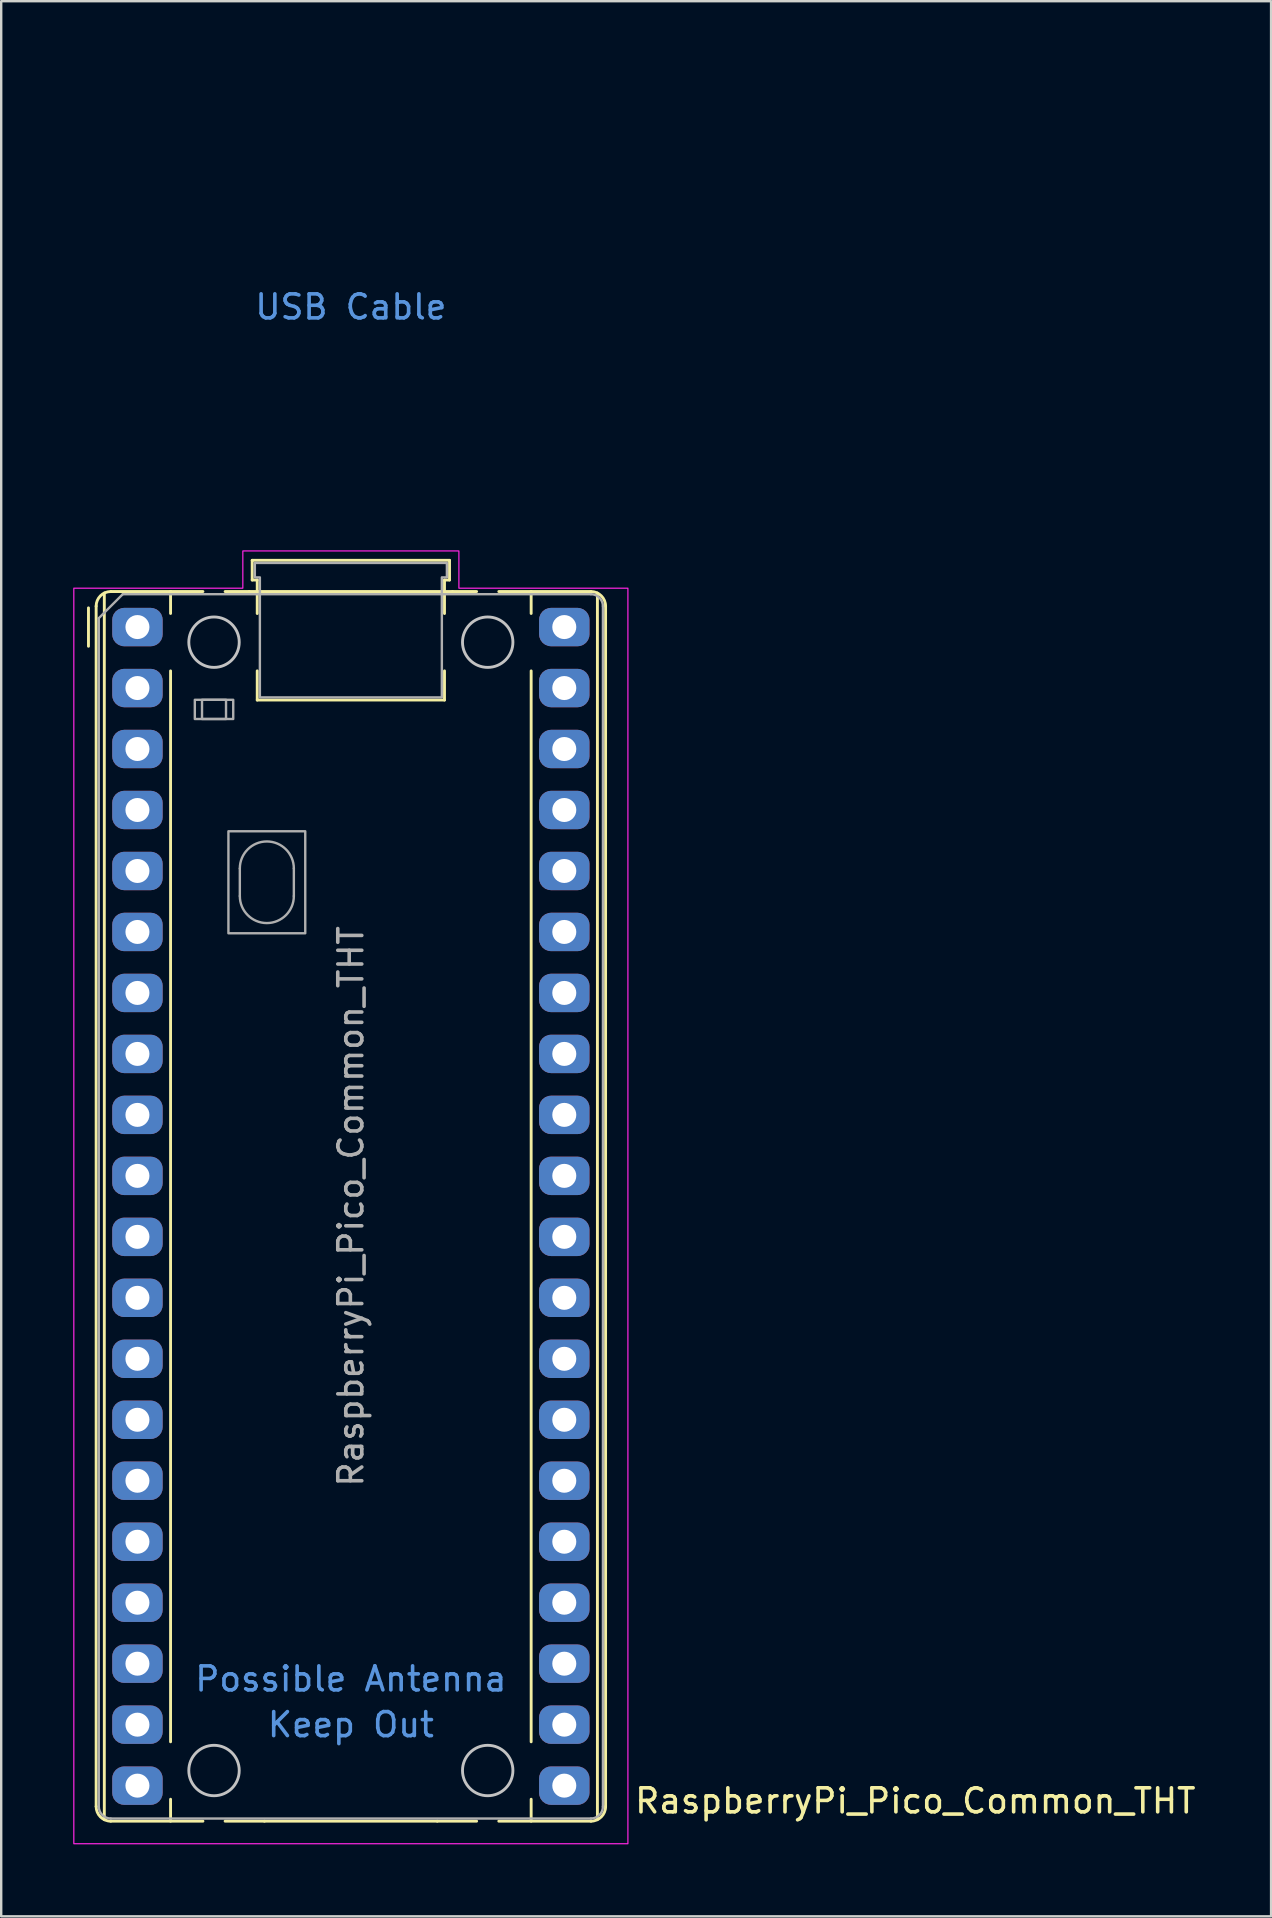
<source format=kicad_pcb>
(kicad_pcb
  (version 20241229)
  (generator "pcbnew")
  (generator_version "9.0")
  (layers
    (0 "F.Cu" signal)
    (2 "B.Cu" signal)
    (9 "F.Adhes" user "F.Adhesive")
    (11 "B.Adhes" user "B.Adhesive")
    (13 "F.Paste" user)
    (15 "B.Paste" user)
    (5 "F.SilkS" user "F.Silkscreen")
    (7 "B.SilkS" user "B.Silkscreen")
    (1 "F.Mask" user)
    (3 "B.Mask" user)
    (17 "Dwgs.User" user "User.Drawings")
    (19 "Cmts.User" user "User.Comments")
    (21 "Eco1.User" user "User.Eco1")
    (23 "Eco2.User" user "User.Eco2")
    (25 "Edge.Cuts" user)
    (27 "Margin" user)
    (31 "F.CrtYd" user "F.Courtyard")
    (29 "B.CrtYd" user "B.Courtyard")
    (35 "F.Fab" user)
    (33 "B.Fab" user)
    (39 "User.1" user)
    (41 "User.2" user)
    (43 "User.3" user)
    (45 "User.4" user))
  (footprint "RaspberryPi_Pico_Common_THT"
    (layer "F.Cu")
    (at 2.675 23.07)
    (property "Reference" "RaspberryPi_Pico_Common_THT" (at 20.637 48.895 0) (unlocked yes) (layer "F.SilkS") (effects (font (size 1 1) (thickness 0.15)) (justify left)))
    (attr through_hole)
    (fp_line (start -2.04 0.8) (end -2.04 -0.8) (stroke (width 0.12) (type solid)) (layer "F.SilkS"))
    (fp_line (start -1.72 -0.87) (end -1.72 49.13) (stroke (width 0.12) (type solid)) (layer "F.SilkS"))
    (fp_line (start -1.38 -1.417) (end -1.38 49.677) (stroke (width 0.12) (type solid)) (layer "F.SilkS"))
    (fp_line (start -1.11 -1.48) (end 1.38 -1.48) (stroke (width 0.12) (type solid)) (layer "F.SilkS"))
    (fp_line (start -1.11 49.74) (end 2.728 49.74) (stroke (width 0.12) (type solid)) (layer "F.SilkS"))
    (fp_line (start 1.38 -1.48) (end 1.38 -0.566) (stroke (width 0.12) (type solid)) (layer "F.SilkS"))
    (fp_line (start 1.38 -1.48) (end 2.728 -1.48) (stroke (width 0.12) (type solid)) (layer "F.SilkS"))
    (fp_line (start 1.38 1.826) (end 1.38 46.434) (stroke (width 0.12) (type solid)) (layer "F.SilkS"))
    (fp_line (start 1.38 48.826) (end 1.38 49.74) (stroke (width 0.12) (type solid)) (layer "F.SilkS"))
    (fp_line (start 3.652 -1.48) (end 4.655 -1.48) (stroke (width 0.12) (type solid)) (layer "F.SilkS"))
    (fp_line (start 4.655 -1.48) (end 13.125 -1.48) (stroke (width 0.12) (type solid)) (layer "F.SilkS"))
    (fp_line (start 4.78 -2.78) (end 4.78 -1.96) (stroke (width 0.12) (type solid)) (layer "F.SilkS"))
    (fp_line (start 4.78 -2.78) (end 13 -2.78) (stroke (width 0.12) (type solid)) (layer "F.SilkS"))
    (fp_line (start 4.78 -1.96) (end 4.99 -1.96) (stroke (width 0.12) (type solid)) (layer "F.SilkS"))
    (fp_line (start 4.99 -1.96) (end 4.99 -0.564) (stroke (width 0.12) (type solid)) (layer "F.SilkS"))
    (fp_line (start 4.99 1.824) (end 4.99 3.04) (stroke (width 0.12) (type solid)) (layer "F.SilkS"))
    (fp_line (start 5.29 49.74) (end 3.652 49.74) (stroke (width 0.12) (type solid)) (layer "F.SilkS"))
    (fp_line (start 12.49 49.74) (end 5.29 49.74) (stroke (width 0.12) (type solid)) (layer "F.SilkS"))
    (fp_line (start 12.79 -1.96) (end 12.79 -0.564) (stroke (width 0.12) (type solid)) (layer "F.SilkS"))
    (fp_line (start 12.79 1.824) (end 12.79 3.04) (stroke (width 0.12) (type solid)) (layer "F.SilkS"))
    (fp_line (start 12.79 3.04) (end 4.99 3.04) (stroke (width 0.12) (type solid)) (layer "F.SilkS"))
    (fp_line (start 13 -2.78) (end 13 -1.96) (stroke (width 0.12) (type solid)) (layer "F.SilkS"))
    (fp_line (start 13 -1.96) (end 12.79 -1.96) (stroke (width 0.12) (type solid)) (layer "F.SilkS"))
    (fp_line (start 13.125 -1.48) (end 14.128 -1.48) (stroke (width 0.12) (type solid)) (layer "F.SilkS"))
    (fp_line (start 14.128 49.74) (end 12.49 49.74) (stroke (width 0.12) (type solid)) (layer "F.SilkS"))
    (fp_line (start 15.052 -1.48) (end 16.4 -1.48) (stroke (width 0.12) (type solid)) (layer "F.SilkS"))
    (fp_line (start 15.052 49.74) (end 18.89 49.74) (stroke (width 0.12) (type solid)) (layer "F.SilkS"))
    (fp_line (start 16.4 -1.48) (end 16.4 -0.566) (stroke (width 0.12) (type solid)) (layer "F.SilkS"))
    (fp_line (start 16.4 1.826) (end 16.4 46.434) (stroke (width 0.12) (type solid)) (layer "F.SilkS"))
    (fp_line (start 16.4 48.826) (end 16.4 49.74) (stroke (width 0.12) (type solid)) (layer "F.SilkS"))
    (fp_line (start 18.89 -1.48) (end 16.4 -1.48) (stroke (width 0.12) (type solid)) (layer "F.SilkS"))
    (fp_line (start 19.16 49.677) (end 19.16 -1.417) (stroke (width 0.12) (type solid)) (layer "F.SilkS"))
    (fp_line (start 19.5 -0.87) (end 19.5 49.13) (stroke (width 0.12) (type solid)) (layer "F.SilkS"))
    (fp_arc (start -1.72 -0.87) (mid -1.541335 -1.301335) (end -1.11 -1.48) (stroke (width 0.12) (type solid)) (layer "F.SilkS"))
    (fp_arc (start -1.11 49.74) (mid -1.541364 49.561364) (end -1.72 49.13) (stroke (width 0.12) (type solid)) (layer "F.SilkS"))
    (fp_arc (start 18.89 -1.48) (mid 19.321335 -1.301335) (end 19.5 -0.87) (stroke (width 0.12) (type solid)) (layer "F.SilkS"))
    (fp_arc (start 19.5 49.13) (mid 19.321335 49.561335) (end 18.89 49.74) (stroke (width 0.12) (type solid)) (layer "F.SilkS"))
    (fp_circle (center 3.19 0.63) (end 4.24 0.63) (stroke (width 0.12) (type solid)) (fill no) (layer "Dwgs.User"))
    (fp_circle (center 3.19 47.63) (end 4.24 47.63) (stroke (width 0.12) (type solid)) (fill no) (layer "Dwgs.User"))
    (fp_circle (center 14.59 0.63) (end 15.64 0.63) (stroke (width 0.12) (type solid)) (fill no) (layer "Dwgs.User"))
    (fp_circle (center 14.59 47.63) (end 15.64 47.63) (stroke (width 0.12) (type solid)) (fill no) (layer "Dwgs.User"))
    (fp_poly (pts (xy 4.39 -3.17) (xy 13.39 -3.17) (xy 13.39 -1.62) (xy 20.43 -1.62) (xy 20.43 50.68) (xy -2.65 50.68) (xy -2.65 -1.62) (xy 4.39 -1.62)) (stroke (width 0.05) (type solid)) (fill no) (layer "F.CrtYd"))
    (fp_line (start -1.61 -0.37) (end -0.61 -1.37) (stroke (width 0.1) (type solid)) (layer "F.Fab"))
    (fp_line (start -1.61 49.13) (end -1.61 -0.37) (stroke (width 0.1) (type solid)) (layer "F.Fab"))
    (fp_line (start -0.61 -1.37) (end 18.89 -1.37) (stroke (width 0.1) (type solid)) (layer "F.Fab"))
    (fp_line (start 4.265 10.055) (end 4.265 11.205) (stroke (width 0.1) (type solid)) (layer "F.Fab"))
    (fp_line (start 6.515 10.055) (end 6.515 11.205) (stroke (width 0.1) (type solid)) (layer "F.Fab"))
    (fp_line (start 18.89 49.63) (end -1.11 49.63) (stroke (width 0.1) (type solid)) (layer "F.Fab"))
    (fp_line (start 19.39 -0.87) (end 19.39 49.13) (stroke (width 0.1) (type solid)) (layer "F.Fab"))
    (fp_rect (start 2.39 3.03) (end 3.99 3.83) (stroke (width 0.1) (type solid)) (fill no) (layer "F.Fab"))
    (fp_rect (start 2.69 3.03) (end 3.69 3.83) (stroke (width 0.1) (type solid)) (fill no) (layer "F.Fab"))
    (fp_rect (start 3.79 8.505) (end 6.99 12.755) (stroke (width 0.1) (type solid)) (fill no) (layer "F.Fab"))
    (fp_arc (start -1.11 49.63) (mid -1.463553 49.483553) (end -1.61 49.13) (stroke (width 0.1) (type solid)) (layer "F.Fab"))
    (fp_arc (start 4.265 10.055) (mid 5.39 8.93) (end 6.515 10.055) (stroke (width 0.1) (type solid)) (layer "F.Fab"))
    (fp_arc (start 6.515 11.205) (mid 5.39 12.33) (end 4.265 11.205) (stroke (width 0.1) (type solid)) (layer "F.Fab"))
    (fp_arc (start 18.89 -1.37) (mid 19.243553 -1.223553) (end 19.39 -0.87) (stroke (width 0.1) (type solid)) (layer "F.Fab"))
    (fp_arc (start 19.39 49.13) (mid 19.243553 49.483553) (end 18.89 49.63) (stroke (width 0.1) (type solid)) (layer "F.Fab"))
    (fp_poly (pts (xy 12.68 2.93) (xy 12.68 -2.07) (xy 12.89 -2.07) (xy 12.89 -2.67) (xy 4.89 -2.67) (xy 4.89 -2.07) (xy 5.1 -2.07) (xy 5.1 2.93)) (stroke (width 0.1) (type solid)) (fill no) (layer "F.Fab"))
    (fp_text user "Possible Antenna" (at 8.89 43.815 0) (unlocked yes) (layer "Cmts.User") (effects (font (size 1 1) (thickness 0.15))))
    (fp_text user "USB Cable" (at 8.89 -13.335 0) (unlocked yes) (layer "Cmts.User") (effects (font (size 1 1) (thickness 0.15))))
    (fp_text user "Keep Out" (at 8.89 45.72 0) (unlocked yes) (layer "Cmts.User") (effects (font (size 1 1) (thickness 0.15))))
    (fp_text user "${REFERENCE}" (at 8.89 24.13 90) (layer "F.Fab") (effects (font (size 1 1) (thickness 0.15))))
    (pad "1" thru_hole roundrect (at 0 0) (size 2.1 1.6) (drill 1) (layers "*.Cu" "*.Mask") (roundrect_rratio 0.312))
    (pad "2" thru_hole roundrect (at 0 2.54) (size 2.1 1.6) (drill 1) (layers "*.Cu" "*.Mask") (roundrect_rratio 0.312))
    (pad "3" thru_hole roundrect (at 0 5.08) (size 2.1 1.6) (drill 1) (layers "*.Cu" "*.Mask") (roundrect_rratio 0.312))
    (pad "4" thru_hole roundrect (at 0 7.62) (size 2.1 1.6) (drill 1) (layers "*.Cu" "*.Mask") (roundrect_rratio 0.312))
    (pad "5" thru_hole roundrect (at 0 10.16) (size 2.1 1.6) (drill 1) (layers "*.Cu" "*.Mask") (roundrect_rratio 0.312))
    (pad "6" thru_hole roundrect (at 0 12.7) (size 2.1 1.6) (drill 1) (layers "*.Cu" "*.Mask") (roundrect_rratio 0.312))
    (pad "7" thru_hole roundrect (at 0 15.24) (size 2.1 1.6) (drill 1) (layers "*.Cu" "*.Mask") (roundrect_rratio 0.312))
    (pad "8" thru_hole roundrect (at 0 17.78) (size 2.1 1.6) (drill 1) (layers "*.Cu" "*.Mask") (roundrect_rratio 0.312))
    (pad "9" thru_hole roundrect (at 0 20.32) (size 2.1 1.6) (drill 1) (layers "*.Cu" "*.Mask") (roundrect_rratio 0.312))
    (pad "10" thru_hole roundrect (at 0 22.86) (size 2.1 1.6) (drill 1) (layers "*.Cu" "*.Mask") (roundrect_rratio 0.312))
    (pad "11" thru_hole roundrect (at 0 25.4) (size 2.1 1.6) (drill 1) (layers "*.Cu" "*.Mask") (roundrect_rratio 0.312))
    (pad "12" thru_hole roundrect (at 0 27.94) (size 2.1 1.6) (drill 1) (layers "*.Cu" "*.Mask") (roundrect_rratio 0.312))
    (pad "13" thru_hole roundrect (at 0 30.48) (size 2.1 1.6) (drill 1) (layers "*.Cu" "*.Mask") (roundrect_rratio 0.312))
    (pad "14" thru_hole roundrect (at 0 33.02) (size 2.1 1.6) (drill 1) (layers "*.Cu" "*.Mask") (roundrect_rratio 0.312))
    (pad "15" thru_hole roundrect (at 0 35.56) (size 2.1 1.6) (drill 1) (layers "*.Cu" "*.Mask") (roundrect_rratio 0.312))
    (pad "16" thru_hole roundrect (at 0 38.1) (size 2.1 1.6) (drill 1) (layers "*.Cu" "*.Mask") (roundrect_rratio 0.312))
    (pad "17" thru_hole roundrect (at 0 40.64) (size 2.1 1.6) (drill 1) (layers "*.Cu" "*.Mask") (roundrect_rratio 0.312))
    (pad "18" thru_hole roundrect (at 0 43.18) (size 2.1 1.6) (drill 1) (layers "*.Cu" "*.Mask") (roundrect_rratio 0.312))
    (pad "19" thru_hole roundrect (at 0 45.72) (size 2.1 1.6) (drill 1) (layers "*.Cu" "*.Mask") (roundrect_rratio 0.312))
    (pad "20" thru_hole roundrect (at 0 48.26) (size 2.1 1.6) (drill 1) (layers "*.Cu" "*.Mask") (roundrect_rratio 0.312))
    (pad "21" thru_hole roundrect (at 17.78 48.26) (size 2.1 1.6) (drill 1) (layers "*.Cu" "*.Mask") (roundrect_rratio 0.312))
    (pad "22" thru_hole roundrect (at 17.78 45.72) (size 2.1 1.6) (drill 1) (layers "*.Cu" "*.Mask") (roundrect_rratio 0.312))
    (pad "23" thru_hole roundrect (at 17.78 43.18) (size 2.1 1.6) (drill 1) (layers "*.Cu" "*.Mask") (roundrect_rratio 0.312))
    (pad "24" thru_hole roundrect (at 17.78 40.64) (size 2.1 1.6) (drill 1) (layers "*.Cu" "*.Mask") (roundrect_rratio 0.312))
    (pad "25" thru_hole roundrect (at 17.78 38.1) (size 2.1 1.6) (drill 1) (layers "*.Cu" "*.Mask") (roundrect_rratio 0.312))
    (pad "26" thru_hole roundrect (at 17.78 35.56) (size 2.1 1.6) (drill 1) (layers "*.Cu" "*.Mask") (roundrect_rratio 0.312))
    (pad "27" thru_hole roundrect (at 17.78 33.02) (size 2.1 1.6) (drill 1) (layers "*.Cu" "*.Mask") (roundrect_rratio 0.312))
    (pad "28" thru_hole roundrect (at 17.78 30.48) (size 2.1 1.6) (drill 1) (layers "*.Cu" "*.Mask") (roundrect_rratio 0.312))
    (pad "29" thru_hole roundrect (at 17.78 27.94) (size 2.1 1.6) (drill 1) (layers "*.Cu" "*.Mask") (roundrect_rratio 0.312))
    (pad "30" thru_hole roundrect (at 17.78 25.4) (size 2.1 1.6) (drill 1) (layers "*.Cu" "*.Mask") (roundrect_rratio 0.312))
    (pad "31" thru_hole roundrect (at 17.78 22.86) (size 2.1 1.6) (drill 1) (layers "*.Cu" "*.Mask") (roundrect_rratio 0.312))
    (pad "32" thru_hole roundrect (at 17.78 20.32) (size 2.1 1.6) (drill 1) (layers "*.Cu" "*.Mask") (roundrect_rratio 0.312))
    (pad "33" thru_hole roundrect (at 17.78 17.78) (size 2.1 1.6) (drill 1) (layers "*.Cu" "*.Mask") (roundrect_rratio 0.312))
    (pad "34" thru_hole roundrect (at 17.78 15.24) (size 2.1 1.6) (drill 1) (layers "*.Cu" "*.Mask") (roundrect_rratio 0.312))
    (pad "35" thru_hole roundrect (at 17.78 12.7) (size 2.1 1.6) (drill 1) (layers "*.Cu" "*.Mask") (roundrect_rratio 0.312))
    (pad "36" thru_hole roundrect (at 17.78 10.16) (size 2.1 1.6) (drill 1) (layers "*.Cu" "*.Mask") (roundrect_rratio 0.312))
    (pad "37" thru_hole roundrect (at 17.78 7.62) (size 2.1 1.6) (drill 1) (layers "*.Cu" "*.Mask") (roundrect_rratio 0.312))
    (pad "38" thru_hole roundrect (at 17.78 5.08) (size 2.1 1.6) (drill 1) (layers "*.Cu" "*.Mask") (roundrect_rratio 0.312))
    (pad "39" thru_hole roundrect (at 17.78 2.54) (size 2.1 1.6) (drill 1) (layers "*.Cu" "*.Mask") (roundrect_rratio 0.312))
    (pad "40" thru_hole roundrect (at 17.78 0) (size 2.1 1.6) (drill 1) (layers "*.Cu" "*.Mask") (roundrect_rratio 0.312))
    (zone (net_name "") (layers "F.Cu" "B.Cu" "F.Paste" "B.Paste") (name "Antenna Copper Keep Out") (hatch full 0.5) (connect_pads) (min_thickness 0.254) (filled_areas_thickness no) (keepout (tracks not_allowed) (vias not_allowed) (pads not_allowed) (copperpour not_allowed) (footprints allowed)) (placement (enabled no)) (fill) (polygon (pts (xy 9.165 72.19) (xy 4.465 68.54) (xy 4.465 64.2) (xy 18.665 64.2) (xy 18.665 68.54) (xy 13.965 72.19) (xy 13.965 73.2) (xy 9.165 73.2))))
    (zone (net_name "") (layer "F.CrtYd") (name "USB Cable") (hatch edge 0.5) (connect_pads) (min_thickness 0.254) (filled_areas_thickness no) (keepout (tracks allowed) (vias allowed) (pads allowed) (copperpour allowed) (footprints allowed)) (placement (enabled no)) (fill) (polygon (pts (xy 5.815 19.5) (xy 7.625 19.5) (xy 7.625 19.9) (xy 15.505 19.9) (xy 15.505 19.5) (xy 17.315 19.5) (xy 17.315 0) (xy 5.815 0)))))
  (gr_rect
    (start -3 -3)
    (end 49.896 76.775)
    (stroke (width 0.1) (type default))
    (fill no)
    (layer "Edge.Cuts")))
</source>
